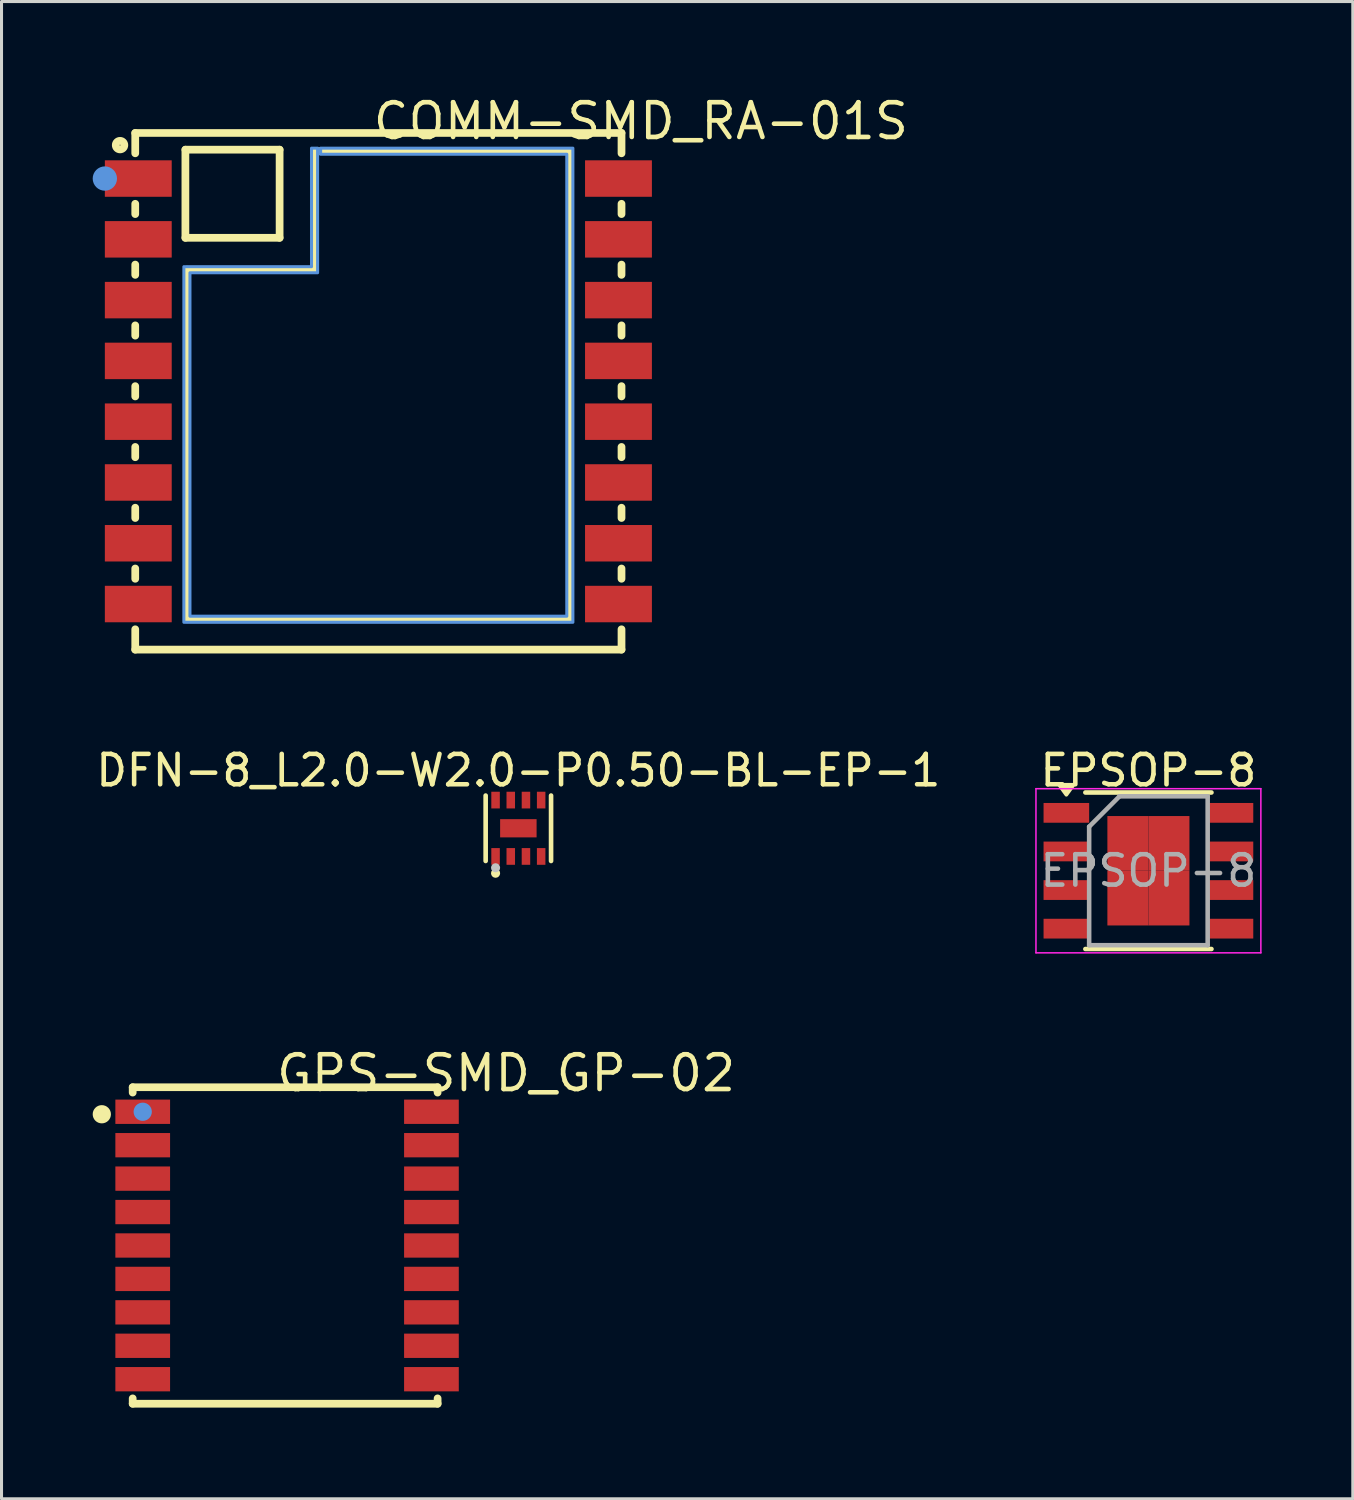
<source format=kicad_pcb>
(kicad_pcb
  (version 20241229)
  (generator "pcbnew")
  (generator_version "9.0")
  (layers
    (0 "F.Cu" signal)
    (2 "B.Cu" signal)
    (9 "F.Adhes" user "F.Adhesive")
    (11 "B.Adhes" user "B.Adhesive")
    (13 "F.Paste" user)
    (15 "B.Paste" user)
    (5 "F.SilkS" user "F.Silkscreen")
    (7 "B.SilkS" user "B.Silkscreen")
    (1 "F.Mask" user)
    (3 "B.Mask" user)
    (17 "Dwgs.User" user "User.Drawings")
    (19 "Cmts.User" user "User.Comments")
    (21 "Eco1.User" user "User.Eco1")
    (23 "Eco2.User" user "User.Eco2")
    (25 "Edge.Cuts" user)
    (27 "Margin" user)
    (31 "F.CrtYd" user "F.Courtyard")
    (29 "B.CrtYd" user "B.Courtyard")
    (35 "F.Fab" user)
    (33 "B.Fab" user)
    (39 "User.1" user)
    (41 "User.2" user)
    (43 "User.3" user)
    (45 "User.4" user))
  (footprint "EPSOP-8"
    (layer "F.Cu")
    (at 34.737 25.601)
    (property "Reference" "EPSOP-8" (at 0 -3.3 0) (layer "F.SilkS") (effects (font (size 1 1) (thickness 0.15))))
    (attr smd)
    (fp_line (start -2.075 -2.575) (end 2.075 -2.575) (stroke (width 0.15) (type solid)) (layer "F.SilkS"))
    (fp_line (start -2.075 2.575) (end 2.075 2.575) (stroke (width 0.15) (type solid)) (layer "F.SilkS"))
    (fp_poly (pts (xy -2.7 -2.5) (xy -2.94 -2.83) (xy -2.46 -2.83) (xy -2.7 -2.5)) (stroke (width 0.12) (type solid)) (fill yes) (layer "F.SilkS"))
    (fp_line (start -3.7 -2.7) (end -3.7 2.7) (stroke (width 0.05) (type solid)) (layer "F.CrtYd"))
    (fp_line (start -3.7 -2.7) (end 3.7 -2.7) (stroke (width 0.05) (type solid)) (layer "F.CrtYd"))
    (fp_line (start -3.7 2.7) (end 3.7 2.7) (stroke (width 0.05) (type solid)) (layer "F.CrtYd"))
    (fp_line (start 3.7 -2.7) (end 3.7 2.7) (stroke (width 0.05) (type solid)) (layer "F.CrtYd"))
    (fp_line (start -1.95 -1.45) (end -0.95 -2.45) (stroke (width 0.15) (type solid)) (layer "F.Fab"))
    (fp_line (start -1.95 2.45) (end -1.95 -1.45) (stroke (width 0.15) (type solid)) (layer "F.Fab"))
    (fp_line (start -0.95 -2.45) (end 1.95 -2.45) (stroke (width 0.15) (type solid)) (layer "F.Fab"))
    (fp_line (start 1.95 -2.45) (end 1.95 2.45) (stroke (width 0.15) (type solid)) (layer "F.Fab"))
    (fp_line (start 1.95 2.45) (end -1.95 2.45) (stroke (width 0.15) (type solid)) (layer "F.Fab"))
    (fp_text user "${REFERENCE}" (at 0 0 0) (layer "F.Fab") (effects (font (size 1 1) (thickness 0.15))))
    (pad "1" smd rect (at -2.7 -1.905) (size 1.5 0.65) (layers "F.Cu" "F.Mask" "F.Paste"))
    (pad "2" smd rect (at -2.7 -0.635) (size 1.5 0.65) (layers "F.Cu" "F.Mask" "F.Paste"))
    (pad "3" smd rect (at -2.7 0.635) (size 1.5 0.65) (layers "F.Cu" "F.Mask" "F.Paste"))
    (pad "4" smd rect (at -2.7 1.905) (size 1.5 0.65) (layers "F.Cu" "F.Mask" "F.Paste"))
    (pad "5" smd rect (at 2.7 1.905) (size 1.5 0.65) (layers "F.Cu" "F.Mask" "F.Paste"))
    (pad "6" smd rect (at 2.7 0.635) (size 1.5 0.65) (layers "F.Cu" "F.Mask" "F.Paste"))
    (pad "7" smd rect (at 2.7 -0.635) (size 1.5 0.65) (layers "F.Cu" "F.Mask" "F.Paste"))
    (pad "8" smd rect (at 2.7 -1.905) (size 1.5 0.65) (layers "F.Cu" "F.Mask" "F.Paste"))
    (pad "9" smd rect (at -0.675 -0.9) (size 1.35 1.8) (layers "F.Cu" "F.Mask" "F.Paste"))
    (pad "9" smd rect (at -0.675 0.9) (size 1.35 1.8) (layers "F.Cu" "F.Mask" "F.Paste"))
    (pad "9" smd rect (at 0.675 -0.9) (size 1.35 1.8) (layers "F.Cu" "F.Mask" "F.Paste"))
    (pad "9" smd rect (at 0.675 0.9) (size 1.35 1.8) (layers "F.Cu" "F.Mask" "F.Paste")))
  (footprint "DFN-8_L2.0-W2.0-P0.50-BL-EP-1"
    (layer "F.Cu")
    (at 14.006 24.203)
    (property "Reference" "DFN-8_L2.0-W2.0-P0.50-BL-EP-1" (at 0 -1.903 0) (layer "F.SilkS") (effects (font (size 1 1) (thickness 0.15))))
    (fp_line (start -1.076 1.076) (end -1.076 -1.076) (stroke (width 0.152) (type default)) (layer "F.SilkS"))
    (fp_line (start 1.076 1.076) (end 1.076 -1.076) (stroke (width 0.152) (type default)) (layer "F.SilkS"))
    (fp_circle (center -0.75 1.48) (end -0.675 1.48) (stroke (width 0.15) (type default)) (fill no) (layer "F.SilkS"))
    (fp_circle (center -0.75 1.3) (end -0.675 1.3) (stroke (width 0.15) (type default)) (fill no) (layer "Dwgs.User"))
    (fp_poly (pts (xy -0.87 -1) (xy -0.63 -1) (xy -0.63 -0.65) (xy -0.87 -0.65)) (stroke (width 0.1) (type default)) (fill no) (layer "User.1"))
    (fp_poly (pts (xy -0.87 0.65) (xy -0.63 0.65) (xy -0.63 1) (xy -0.87 1)) (stroke (width 0.1) (type default)) (fill no) (layer "User.1"))
    (fp_poly (pts (xy -0.6 -0.3) (xy 0.6 -0.3) (xy 0.6 0.3) (xy -0.6 0.3)) (stroke (width 0.1) (type default)) (fill no) (layer "User.1"))
    (fp_poly (pts (xy -0.37 -1) (xy -0.13 -1) (xy -0.13 -0.65) (xy -0.37 -0.65)) (stroke (width 0.1) (type default)) (fill no) (layer "User.1"))
    (fp_poly (pts (xy -0.37 0.65) (xy -0.13 0.65) (xy -0.13 1) (xy -0.37 1)) (stroke (width 0.1) (type default)) (fill no) (layer "User.1"))
    (fp_poly (pts (xy 0.13 -1) (xy 0.37 -1) (xy 0.37 -0.65) (xy 0.13 -0.65)) (stroke (width 0.1) (type default)) (fill no) (layer "User.1"))
    (fp_poly (pts (xy 0.13 0.65) (xy 0.37 0.65) (xy 0.37 1) (xy 0.13 1)) (stroke (width 0.1) (type default)) (fill no) (layer "User.1"))
    (fp_poly (pts (xy 0.63 -1) (xy 0.87 -1) (xy 0.87 -0.65) (xy 0.63 -0.65)) (stroke (width 0.1) (type default)) (fill no) (layer "User.1"))
    (fp_poly (pts (xy 0.63 0.65) (xy 0.87 0.65) (xy 0.87 1) (xy 0.63 1)) (stroke (width 0.1) (type default)) (fill no) (layer "User.1"))
    (fp_line (start -1 -1) (end 1 -1) (stroke (width 0.051) (type default)) (layer "User.2"))
    (fp_line (start -1 1) (end -1 -1) (stroke (width 0.051) (type default)) (layer "User.2"))
    (fp_line (start 1 -1) (end 1 1) (stroke (width 0.051) (type default)) (layer "User.2"))
    (fp_line (start 1 1) (end -1 1) (stroke (width 0.051) (type default)) (layer "User.2"))
    (fp_poly (pts (xy -0.945 0.977) (xy -0.977 0.945) (xy -1.023 0.945) (xy -1.055 0.977) (xy -1.055 1.023) (xy -1.023 1.055) (xy -0.977 1.055) (xy -0.945 1.023)) (stroke (width 0.1) (type default)) (fill no) (layer "User.3"))
    (pad "1" smd rect (at -0.75 0.927) (size 0.28 0.55) (layers "F.Cu" "F.Mask" "F.Paste"))
    (pad "2" smd rect (at -0.25 0.927) (size 0.28 0.55) (layers "F.Cu" "F.Mask" "F.Paste"))
    (pad "3" smd rect (at 0.25 0.927) (size 0.28 0.55) (layers "F.Cu" "F.Mask" "F.Paste"))
    (pad "4" smd rect (at 0.75 0.927) (size 0.28 0.55) (layers "F.Cu" "F.Mask" "F.Paste"))
    (pad "5" smd rect (at 0.75 -0.927) (size 0.28 0.55) (layers "F.Cu" "F.Mask" "F.Paste"))
    (pad "6" smd rect (at 0.25 -0.927) (size 0.28 0.55) (layers "F.Cu" "F.Mask" "F.Paste"))
    (pad "7" smd rect (at -0.25 -0.927) (size 0.28 0.55) (layers "F.Cu" "F.Mask" "F.Paste"))
    (pad "8" smd rect (at -0.75 -0.927) (size 0.28 0.55) (layers "F.Cu" "F.Mask" "F.Paste"))
    (pad "9" smd rect (at 0 0) (size 1.2 0.6) (layers "F.Cu" "F.Mask" "F.Paste")))
  (footprint "GPS-SMD_GP-02"
    (layer "F.Cu")
    (at 6.396 37.931)
    (property "Reference" "GPS-SMD_GP-02" (at -0.432 -5.67 0) (layer "F.SilkS") (effects (font (size 1.143 1.143) (thickness 0.152)) (justify left)))
    (attr smd)
    (fp_line (start -5.08 -5.207) (end -5.08 -5.031) (stroke (width 0.254) (type solid)) (layer "F.SilkS"))
    (fp_line (start -5.08 -5.207) (end 4.953 -5.207) (stroke (width 0.254) (type solid)) (layer "F.SilkS"))
    (fp_line (start -5.08 5.031) (end -5.08 5.207) (stroke (width 0.254) (type solid)) (layer "F.SilkS"))
    (fp_line (start -5.08 5.207) (end 4.953 5.207) (stroke (width 0.254) (type solid)) (layer "F.SilkS"))
    (fp_line (start 4.953 -5.031) (end 4.953 -5.207) (stroke (width 0.254) (type solid)) (layer "F.SilkS"))
    (fp_line (start 4.953 5.207) (end 4.953 5.031) (stroke (width 0.254) (type solid)) (layer "F.SilkS"))
    (fp_circle (center -6.096 -4.318) (end -5.946 -4.318) (stroke (width 0.3) (type solid)) (fill no) (layer "F.SilkS"))
    (fp_circle (center -4.75 -4.4) (end -4.6 -4.4) (stroke (width 0.3) (type solid)) (fill no) (layer "Cmts.User"))
    (pad "1" smd rect (at -4.75 -4.4) (size 1.8 0.8) (layers "F.Cu" "F.Mask" "F.Paste"))
    (pad "2" smd rect (at -4.75 -3.3) (size 1.8 0.8) (layers "F.Cu" "F.Mask" "F.Paste"))
    (pad "3" smd rect (at -4.75 -2.2) (size 1.8 0.8) (layers "F.Cu" "F.Mask" "F.Paste"))
    (pad "4" smd rect (at -4.75 -1.1) (size 1.8 0.8) (layers "F.Cu" "F.Mask" "F.Paste"))
    (pad "5" smd rect (at -4.75 0) (size 1.8 0.8) (layers "F.Cu" "F.Mask" "F.Paste"))
    (pad "6" smd rect (at -4.75 1.1) (size 1.8 0.8) (layers "F.Cu" "F.Mask" "F.Paste"))
    (pad "7" smd rect (at -4.75 2.2) (size 1.8 0.8) (layers "F.Cu" "F.Mask" "F.Paste"))
    (pad "8" smd rect (at -4.75 3.3) (size 1.8 0.8) (layers "F.Cu" "F.Mask" "F.Paste"))
    (pad "9" smd rect (at -4.75 4.4) (size 1.8 0.8) (layers "F.Cu" "F.Mask" "F.Paste"))
    (pad "10" smd rect (at 4.75 4.4) (size 1.8 0.8) (layers "F.Cu" "F.Mask" "F.Paste"))
    (pad "11" smd rect (at 4.75 3.3) (size 1.8 0.8) (layers "F.Cu" "F.Mask" "F.Paste"))
    (pad "12" smd rect (at 4.75 2.2) (size 1.8 0.8) (layers "F.Cu" "F.Mask" "F.Paste"))
    (pad "13" smd rect (at 4.75 1.1) (size 1.8 0.8) (layers "F.Cu" "F.Mask" "F.Paste"))
    (pad "14" smd rect (at 4.75 0) (size 1.8 0.8) (layers "F.Cu" "F.Mask" "F.Paste"))
    (pad "15" smd rect (at 4.75 -1.1) (size 1.8 0.8) (layers "F.Cu" "F.Mask" "F.Paste"))
    (pad "16" smd rect (at 4.75 -2.2) (size 1.8 0.8) (layers "F.Cu" "F.Mask" "F.Paste"))
    (pad "17" smd rect (at 4.75 -3.3) (size 1.8 0.8) (layers "F.Cu" "F.Mask" "F.Paste"))
    (pad "18" smd rect (at 4.75 -4.4) (size 1.8 0.8) (layers "F.Cu" "F.Mask" "F.Paste")))
  (footprint "COMM-SMD_RA-01S"
    (layer "F.Cu")
    (at 9.4 9.825)
    (property "Reference" "COMM-SMD_RA-01S" (at -0.254 -8.89 0) (layer "F.SilkS") (effects (font (size 1.143 1.143) (thickness 0.152)) (justify left)))
    (attr smd)
    (fp_line (start -8 -8.5) (end -8 -7.831) (stroke (width 0.254) (type solid)) (layer "F.SilkS"))
    (fp_line (start -8 -6.169) (end -8 -5.831) (stroke (width 0.254) (type solid)) (layer "F.SilkS"))
    (fp_line (start -8 -4.169) (end -8 -3.831) (stroke (width 0.254) (type solid)) (layer "F.SilkS"))
    (fp_line (start -8 -2.169) (end -8 -1.831) (stroke (width 0.254) (type solid)) (layer "F.SilkS"))
    (fp_line (start -8 -0.169) (end -8 0.169) (stroke (width 0.254) (type solid)) (layer "F.SilkS"))
    (fp_line (start -8 1.831) (end -8 2.169) (stroke (width 0.254) (type solid)) (layer "F.SilkS"))
    (fp_line (start -8 3.831) (end -8 4.169) (stroke (width 0.254) (type solid)) (layer "F.SilkS"))
    (fp_line (start -8 5.831) (end -8 6.169) (stroke (width 0.254) (type solid)) (layer "F.SilkS"))
    (fp_line (start -8 7.831) (end -8 8.5) (stroke (width 0.254) (type solid)) (layer "F.SilkS"))
    (fp_line (start -6.35 -7.95) (end -3.25 -7.95) (stroke (width 0.254) (type solid)) (layer "F.SilkS"))
    (fp_line (start -6.35 -5.05) (end -6.35 -7.95) (stroke (width 0.254) (type solid)) (layer "F.SilkS"))
    (fp_line (start -6.3 -4) (end -2.1 -4) (stroke (width 0.254) (type solid)) (layer "F.SilkS"))
    (fp_line (start -6.3 7.5) (end -6.3 -4) (stroke (width 0.254) (type solid)) (layer "F.SilkS"))
    (fp_line (start -3.25 -7.95) (end -3.25 -5.05) (stroke (width 0.254) (type solid)) (layer "F.SilkS"))
    (fp_line (start -3.25 -5.05) (end -6.35 -5.05) (stroke (width 0.254) (type solid)) (layer "F.SilkS"))
    (fp_line (start -2.1 -7.9) (end 6.3 -7.9) (stroke (width 0.254) (type solid)) (layer "F.SilkS"))
    (fp_line (start -2.1 -4) (end -2.1 -7.9) (stroke (width 0.254) (type solid)) (layer "F.SilkS"))
    (fp_line (start 6.3 -7.9) (end 6.3 7.5) (stroke (width 0.254) (type solid)) (layer "F.SilkS"))
    (fp_line (start 6.3 7.5) (end -6.3 7.5) (stroke (width 0.254) (type solid)) (layer "F.SilkS"))
    (fp_line (start 8 -8.5) (end -8 -8.5) (stroke (width 0.254) (type solid)) (layer "F.SilkS"))
    (fp_line (start 8 -8.5) (end 8 -7.831) (stroke (width 0.254) (type solid)) (layer "F.SilkS"))
    (fp_line (start 8 -6.169) (end 8 -5.831) (stroke (width 0.254) (type solid)) (layer "F.SilkS"))
    (fp_line (start 8 -4.169) (end 8 -3.831) (stroke (width 0.254) (type solid)) (layer "F.SilkS"))
    (fp_line (start 8 -2.169) (end 8 -1.831) (stroke (width 0.254) (type solid)) (layer "F.SilkS"))
    (fp_line (start 8 -0.169) (end 8 0.169) (stroke (width 0.254) (type solid)) (layer "F.SilkS"))
    (fp_line (start 8 1.831) (end 8 2.169) (stroke (width 0.254) (type solid)) (layer "F.SilkS"))
    (fp_line (start 8 3.831) (end 8 4.169) (stroke (width 0.254) (type solid)) (layer "F.SilkS"))
    (fp_line (start 8 5.831) (end 8 6.169) (stroke (width 0.254) (type solid)) (layer "F.SilkS"))
    (fp_line (start 8 7.831) (end 8 8.5) (stroke (width 0.254) (type solid)) (layer "F.SilkS"))
    (fp_line (start 8 8.5) (end -8 8.5) (stroke (width 0.254) (type solid)) (layer "F.SilkS"))
    (fp_circle (center -8.5 -8.1) (end -8.359 -8.1) (stroke (width 0.254) (type solid)) (fill no) (layer "F.SilkS"))
    (fp_circle (center -9 -7) (end -8.8 -7) (stroke (width 0.4) (type solid)) (fill no) (layer "Cmts.User"))
    (fp_poly (pts (xy 6.4 -8) (xy 6.4 7.6) (xy -6.4 7.6) (xy -6.4 -4.1) (xy -2.2 -4.1) (xy -2.2 -8) (xy -2 -8) (xy -2 -3.9) (xy -6.2 -3.9) (xy -6.2 7.4) (xy 6.2 7.4) (xy 6.2 -7.8) (xy -1.9 -7.8) (xy -1.9 -8)) (stroke (width 0.1) (type solid)) (fill no) (layer "Cmts.User"))
    (pad "1" smd rect (at -7.9 -7) (size 2.2 1.2) (layers "F.Cu" "F.Mask" "F.Paste"))
    (pad "2" smd rect (at -7.9 -5) (size 2.2 1.2) (layers "F.Cu" "F.Mask" "F.Paste"))
    (pad "3" smd rect (at -7.9 -3) (size 2.2 1.2) (layers "F.Cu" "F.Mask" "F.Paste"))
    (pad "4" smd rect (at -7.9 -1) (size 2.2 1.2) (layers "F.Cu" "F.Mask" "F.Paste"))
    (pad "5" smd rect (at -7.9 1) (size 2.2 1.2) (layers "F.Cu" "F.Mask" "F.Paste"))
    (pad "6" smd rect (at -7.9 3) (size 2.2 1.2) (layers "F.Cu" "F.Mask" "F.Paste"))
    (pad "7" smd rect (at -7.9 5) (size 2.2 1.2) (layers "F.Cu" "F.Mask" "F.Paste"))
    (pad "8" smd rect (at -7.9 7) (size 2.2 1.2) (layers "F.Cu" "F.Mask" "F.Paste"))
    (pad "9" smd rect (at 7.9 7) (size 2.2 1.2) (layers "F.Cu" "F.Mask" "F.Paste"))
    (pad "10" smd rect (at 7.9 5) (size 2.2 1.2) (layers "F.Cu" "F.Mask" "F.Paste"))
    (pad "11" smd rect (at 7.9 3) (size 2.2 1.2) (layers "F.Cu" "F.Mask" "F.Paste"))
    (pad "12" smd rect (at 7.9 1) (size 2.2 1.2) (layers "F.Cu" "F.Mask" "F.Paste"))
    (pad "13" smd rect (at 7.9 -1) (size 2.2 1.2) (layers "F.Cu" "F.Mask" "F.Paste"))
    (pad "14" smd rect (at 7.9 -3) (size 2.2 1.2) (layers "F.Cu" "F.Mask" "F.Paste"))
    (pad "15" smd rect (at 7.9 -5) (size 2.2 1.2) (layers "F.Cu" "F.Mask" "F.Paste"))
    (pad "16" smd rect (at 7.9 -7) (size 2.2 1.2) (layers "F.Cu" "F.Mask" "F.Paste")))
  (gr_rect
    (start -3 -3)
    (end 41.462 46.265)
    (stroke (width 0.1) (type default))
    (fill no)
    (layer "Edge.Cuts")))
</source>
